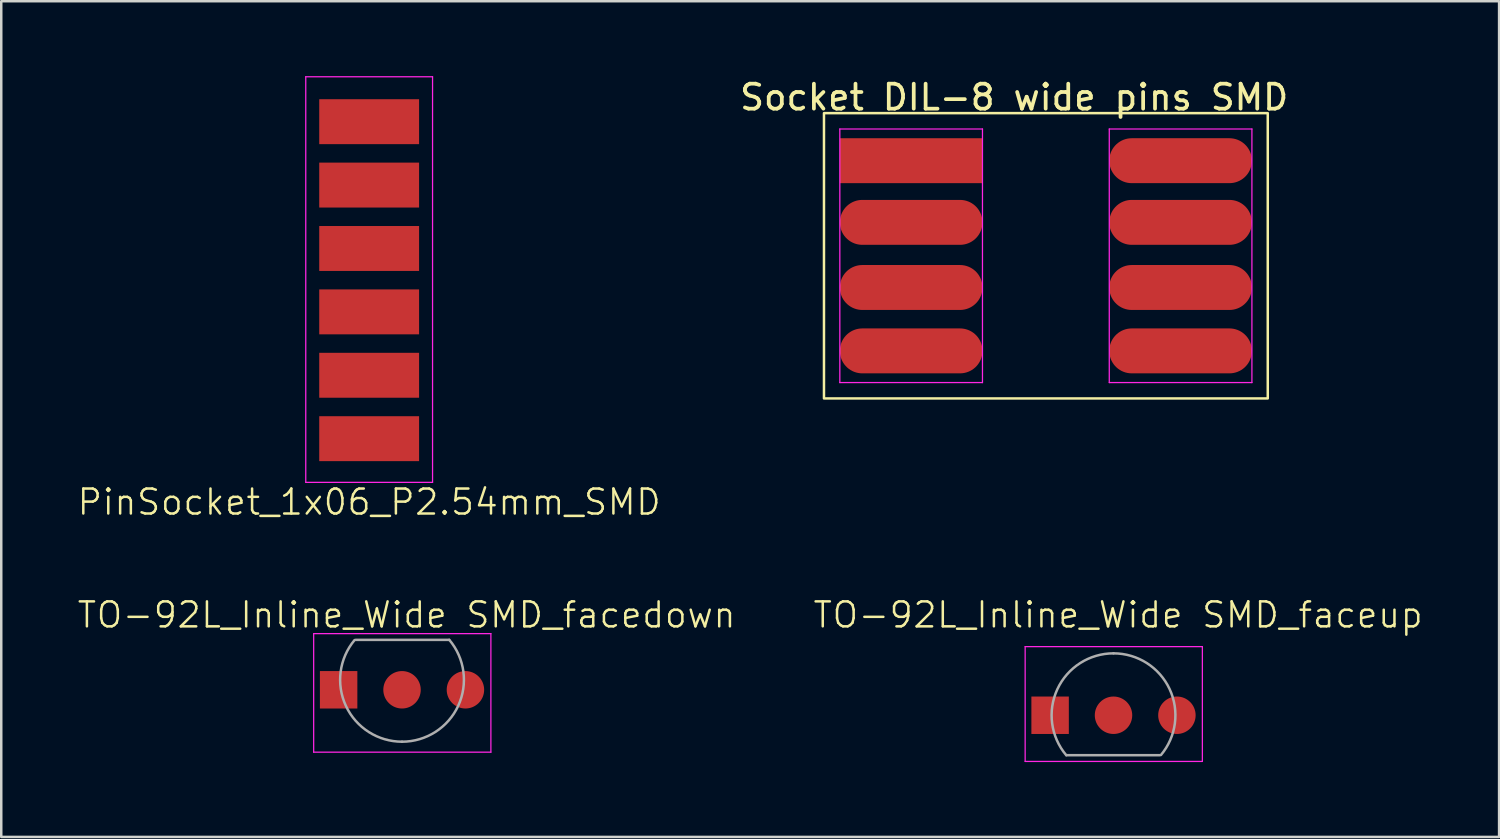
<source format=kicad_pcb>
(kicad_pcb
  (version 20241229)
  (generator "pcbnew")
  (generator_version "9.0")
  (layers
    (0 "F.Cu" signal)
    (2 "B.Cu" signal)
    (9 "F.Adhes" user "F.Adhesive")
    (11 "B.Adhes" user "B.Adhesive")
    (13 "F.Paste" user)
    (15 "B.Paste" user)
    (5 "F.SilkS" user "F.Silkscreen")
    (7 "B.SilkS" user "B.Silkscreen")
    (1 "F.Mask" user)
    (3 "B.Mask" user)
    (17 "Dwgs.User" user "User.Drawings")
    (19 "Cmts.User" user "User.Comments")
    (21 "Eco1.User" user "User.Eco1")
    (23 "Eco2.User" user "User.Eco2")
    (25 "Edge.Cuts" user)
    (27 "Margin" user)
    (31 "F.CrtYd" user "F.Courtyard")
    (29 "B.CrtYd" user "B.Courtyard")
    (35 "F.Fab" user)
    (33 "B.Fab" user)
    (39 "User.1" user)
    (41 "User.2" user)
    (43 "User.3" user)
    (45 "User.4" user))
  (footprint "TO-92L_Inline_Wide SMD_facedown"
    (layer "F.Cu")
    (at 10.517 24.586)
    (property "Reference" "TO-92L_Inline_Wide SMD_facedown" (at 2.724 -3 0) (unlocked yes) (layer "F.SilkS") (effects (font (size 1 1) (thickness 0.1))))
    (attr smd)
    (fp_line (start -1 -2.25) (end -1 2.5) (stroke (width 0.05) (type solid)) (layer "F.CrtYd"))
    (fp_line (start -1 -2.25) (end 6.1 -2.25) (stroke (width 0.05) (type solid)) (layer "F.CrtYd"))
    (fp_line (start 6.1 2.5) (end -1 2.5) (stroke (width 0.05) (type solid)) (layer "F.CrtYd"))
    (fp_line (start 6.1 2.5) (end 6.1 -2.25) (stroke (width 0.05) (type solid)) (layer "F.CrtYd"))
    (fp_line (start 4.43 -2) (end 0.68 -2) (stroke (width 0.1) (type solid)) (layer "F.Fab"))
    (fp_arc (start 2.54 2.08) (mid 0.292789 0.649019) (end 0.638897 -1.992547) (stroke (width 0.1) (type solid)) (layer "F.Fab"))
    (fp_arc (start 4.432818 -2.002385) (mid 4.789924 0.643188) (end 2.54 2.08) (stroke (width 0.1) (type solid)) (layer "F.Fab"))
    (pad "1" smd rect (at 0 0) (size 1.5 1.5) (layers "F.Cu" "F.Mask" "F.Paste"))
    (pad "2" smd circle (at 2.54 0) (size 1.5 1.5) (layers "F.Cu" "F.Mask" "F.Paste"))
    (pad "3" smd circle (at 5.08 0) (size 1.5 1.5) (layers "F.Cu" "F.Mask" "F.Paste")))
  (footprint "TO-92L_Inline_Wide SMD_faceup"
    (layer "F.Cu")
    (at 39.022 25.606)
    (property "Reference" "TO-92L_Inline_Wide SMD_faceup" (at 2.724 -4.02 0) (unlocked yes) (layer "F.SilkS") (effects (font (size 1 1) (thickness 0.1))))
    (attr smd)
    (fp_line (start -1 -2.75) (end -1 1.85) (stroke (width 0.05) (type solid)) (layer "F.CrtYd"))
    (fp_line (start -1 -2.75) (end 6.1 -2.75) (stroke (width 0.05) (type solid)) (layer "F.CrtYd"))
    (fp_line (start 6.1 1.85) (end -1 1.85) (stroke (width 0.05) (type solid)) (layer "F.CrtYd"))
    (fp_line (start 6.1 1.85) (end 6.1 -2.75) (stroke (width 0.05) (type solid)) (layer "F.CrtYd"))
    (fp_line (start 0.65 1.6) (end 4.4 1.6) (stroke (width 0.1) (type solid)) (layer "F.Fab"))
    (fp_arc (start 0.647182 1.602385) (mid 0.290076 -1.043188) (end 2.54 -2.48) (stroke (width 0.1) (type solid)) (layer "F.Fab"))
    (fp_arc (start 2.54 -2.48) (mid 4.787211 -1.049019) (end 4.441103 1.592547) (stroke (width 0.1) (type solid)) (layer "F.Fab"))
    (pad "1" smd rect (at 0 0) (size 1.5 1.5) (layers "F.Cu" "F.Mask" "F.Paste"))
    (pad "2" smd circle (at 2.54 0) (size 1.5 1.5) (layers "F.Cu" "F.Mask" "F.Paste"))
    (pad "3" smd circle (at 5.08 0) (size 1.5 1.5) (layers "F.Cu" "F.Mask" "F.Paste")))
  (footprint "PinSocket_1x06_P2.54mm_SMD"
    (layer "F.Cu")
    (at 11.74 9.445)
    (property "Reference" "PinSocket_1x06_P2.54mm_SMD" (at 0 7.62 0) (unlocked yes) (layer "F.SilkS") (effects (font (size 1 1) (thickness 0.1))))
    (attr smd)
    (fp_line (start -2.54 -9.42) (end 2.54 -9.42) (stroke (width 0.05) (type solid)) (layer "F.CrtYd"))
    (fp_line (start -2.54 6.83) (end -2.54 -9.42) (stroke (width 0.05) (type solid)) (layer "F.CrtYd"))
    (fp_line (start 2.54 -9.42) (end 2.54 6.83) (stroke (width 0.05) (type solid)) (layer "F.CrtYd"))
    (fp_line (start 2.54 6.83) (end -2.54 6.83) (stroke (width 0.05) (type solid)) (layer "F.CrtYd"))
    (pad "1" smd rect (at 0 -7.62) (size 4 1.8) (layers "F.Cu" "F.Mask" "F.Paste"))
    (pad "2" smd rect (at 0 -5.08) (size 4 1.8) (layers "F.Cu" "F.Mask" "F.Paste"))
    (pad "3" smd rect (at 0 -2.54) (size 4 1.8) (layers "F.Cu" "F.Mask" "F.Paste"))
    (pad "4" smd rect (at 0 0) (size 4 1.8) (layers "F.Cu" "F.Mask" "F.Paste"))
    (pad "5" smd rect (at 0 2.54) (size 4 1.8) (layers "F.Cu" "F.Mask" "F.Paste"))
    (pad "6" smd rect (at 0 5.08) (size 4 1.8) (layers "F.Cu" "F.Mask" "F.Paste")))
  (footprint "Socket DIL-8 wide pins SMD"
    (layer "F.Cu")
    (at 35.042 3.388)
    (property "Reference" "Socket DIL-8 wide pins SMD" (at 2.54 -2.54 0) (layer "F.SilkS") (effects (font (size 1 1) (thickness 0.15))))
    (attr through_hole)
    (fp_rect (start -5.08 -1.905) (end 12.7 9.525) (stroke (width 0.1) (type default)) (fill no) (layer "F.SilkS"))
    (fp_line (start -4.445 -1.27) (end -4.445 8.89) (stroke (width 0.05) (type solid)) (layer "F.CrtYd"))
    (fp_line (start -4.445 8.89) (end 1.27 8.89) (stroke (width 0.05) (type solid)) (layer "F.CrtYd"))
    (fp_line (start 1.27 -1.27) (end -4.445 -1.27) (stroke (width 0.05) (type solid)) (layer "F.CrtYd"))
    (fp_line (start 1.27 8.89) (end 1.27 -1.27) (stroke (width 0.05) (type solid)) (layer "F.CrtYd"))
    (fp_line (start 6.35 -1.27) (end 6.35 8.89) (stroke (width 0.05) (type solid)) (layer "F.CrtYd"))
    (fp_line (start 6.35 8.89) (end 12.065 8.89) (stroke (width 0.05) (type solid)) (layer "F.CrtYd"))
    (fp_line (start 12.065 -1.27) (end 6.35 -1.27) (stroke (width 0.05) (type solid)) (layer "F.CrtYd"))
    (fp_line (start 12.065 8.89) (end 12.065 -1.27) (stroke (width 0.05) (type solid)) (layer "F.CrtYd"))
    (pad "1" smd rect (at -1.587 0) (size 5.715 1.8) (layers "F.Cu" "F.Mask" "F.Paste"))
    (pad "2" smd oval (at 0 2.54) (size 5.715 1.8) (drill (offset -1.587 -0.069)) (layers "F.Cu" "F.Mask" "F.Paste"))
    (pad "3" smd oval (at -1.587 5.08) (size 5.715 1.8) (layers "F.Cu" "F.Mask" "F.Paste"))
    (pad "4" smd oval (at -1.587 7.62) (size 5.715 1.8) (layers "F.Cu" "F.Mask" "F.Paste"))
    (pad "5" smd oval (at 9.207 7.62) (size 5.715 1.8) (layers "F.Cu" "F.Mask" "F.Paste"))
    (pad "6" smd oval (at 9.207 5.08) (size 5.715 1.8) (layers "F.Cu" "F.Mask" "F.Paste"))
    (pad "7" smd oval (at 7.62 2.54) (size 5.715 1.8) (drill (offset 1.587 -0.069)) (layers "F.Cu" "F.Mask" "F.Paste"))
    (pad "8" smd oval (at 9.207 0) (size 5.715 1.8) (layers "F.Cu" "F.Mask" "F.Paste")))
  (gr_rect
    (start -3 -3)
    (end 57.01 30.481)
    (stroke (width 0.1) (type default))
    (fill no)
    (layer "Edge.Cuts")))
</source>
